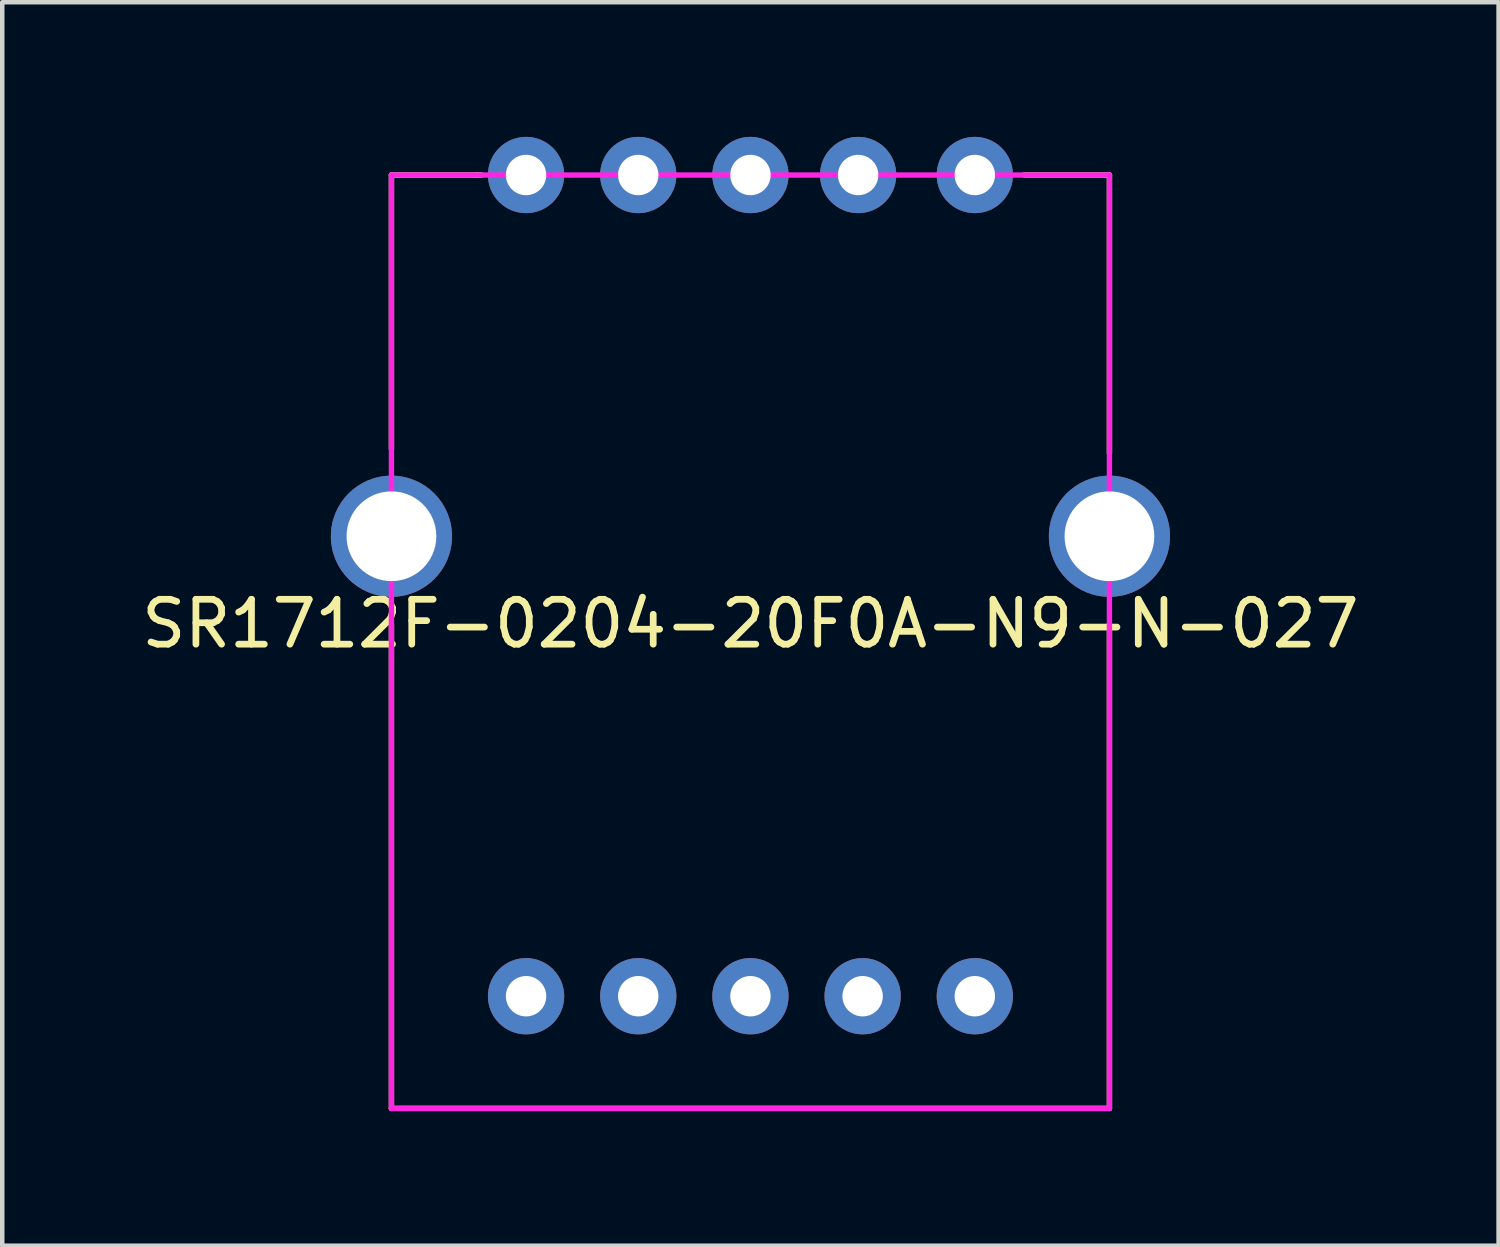
<source format=kicad_pcb>
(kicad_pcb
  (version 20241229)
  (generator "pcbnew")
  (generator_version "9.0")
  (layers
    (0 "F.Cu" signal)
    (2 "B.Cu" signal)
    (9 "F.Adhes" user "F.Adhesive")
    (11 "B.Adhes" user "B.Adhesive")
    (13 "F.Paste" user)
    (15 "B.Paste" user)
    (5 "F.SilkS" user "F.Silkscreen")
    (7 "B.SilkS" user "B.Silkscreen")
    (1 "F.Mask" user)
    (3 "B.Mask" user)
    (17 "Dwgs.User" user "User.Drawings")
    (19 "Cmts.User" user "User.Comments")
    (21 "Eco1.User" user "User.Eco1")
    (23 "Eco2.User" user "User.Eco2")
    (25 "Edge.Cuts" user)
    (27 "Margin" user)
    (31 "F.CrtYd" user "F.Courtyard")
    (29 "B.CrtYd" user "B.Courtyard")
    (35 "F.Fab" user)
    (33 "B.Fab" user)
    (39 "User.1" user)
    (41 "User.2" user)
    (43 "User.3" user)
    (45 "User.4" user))
  (footprint "SR1712F-0204-20F0A-N9-N-027"
    (layer "F.Cu")
    (at 13.673 19.15)
    (property "Reference" "SR1712F-0204-20F0A-N9-N-027" (at 0 -8.3 0) (layer "F.SilkS") (effects (font (size 1 1) (thickness 0.15))))
    (attr through_hole)
    (fp_line (start -8 -18.3) (end -6.1 -18.3) (stroke (width 0.12) (type solid)) (layer "F.SilkS"))
    (fp_line (start -8 -12.2) (end -8 -18.3) (stroke (width 0.12) (type solid)) (layer "F.SilkS"))
    (fp_line (start -8 2.5) (end -8 -8.3) (stroke (width 0.12) (type solid)) (layer "F.SilkS"))
    (fp_line (start -8 2.5) (end 8 2.5) (stroke (width 0.12) (type solid)) (layer "F.SilkS"))
    (fp_line (start -6.1 -18.3) (end -6 -18.3) (stroke (width 0.12) (type solid)) (layer "F.SilkS"))
    (fp_line (start 6.1 -18.3) (end 8 -18.3) (stroke (width 0.12) (type solid)) (layer "F.SilkS"))
    (fp_line (start 8 -12.1) (end 8 -18.3) (stroke (width 0.12) (type solid)) (layer "F.SilkS"))
    (fp_line (start 8 2.5) (end 8 -8.3) (stroke (width 0.12) (type solid)) (layer "F.SilkS"))
    (fp_line (start -8 -18.3) (end 8 -18.3) (stroke (width 0.12) (type solid)) (layer "F.CrtYd"))
    (fp_line (start -8 2.5) (end -8 -18.3) (stroke (width 0.12) (type solid)) (layer "F.CrtYd"))
    (fp_line (start -8 2.5) (end 8 2.5) (stroke (width 0.12) (type solid)) (layer "F.CrtYd"))
    (fp_line (start 8 2.5) (end 8 -18.3) (stroke (width 0.12) (type solid)) (layer "F.CrtYd"))
    (pad "" thru_hole circle (at -8 -10.25) (size 2.7 2.7) (drill 2) (layers "*.Cu" "*.Mask"))
    (pad "" thru_hole circle (at 8 -10.25) (size 2.7 2.7) (drill 2) (layers "*.Cu" "*.Mask"))
    (pad "1" thru_hole circle (at 5 0) (size 1.7 1.7) (drill 0.9) (layers "*.Cu" "*.Mask"))
    (pad "2" thru_hole circle (at 2.5 0) (size 1.7 1.7) (drill 0.9) (layers "*.Cu" "*.Mask"))
    (pad "3" thru_hole circle (at 0 0) (size 1.7 1.7) (drill 0.9) (layers "*.Cu" "*.Mask"))
    (pad "4" thru_hole circle (at -2.5 0) (size 1.7 1.7) (drill 0.9) (layers "*.Cu" "*.Mask"))
    (pad "5" thru_hole circle (at -5 0) (size 1.7 1.7) (drill 0.9) (layers "*.Cu" "*.Mask"))
    (pad "6" thru_hole circle (at -5 -18.3) (size 1.7 1.7) (drill 0.9) (layers "*.Cu" "*.Mask"))
    (pad "7" thru_hole circle (at -2.5 -18.3) (size 1.7 1.7) (drill 0.9) (layers "*.Cu" "*.Mask"))
    (pad "8" thru_hole circle (at 0 -18.3) (size 1.7 1.7) (drill 0.9) (layers "*.Cu" "*.Mask"))
    (pad "9" thru_hole circle (at 2.4 -18.3) (size 1.7 1.7) (drill 0.9) (layers "*.Cu" "*.Mask"))
    (pad "10" thru_hole circle (at 5 -18.3) (size 1.7 1.7) (drill 0.9) (layers "*.Cu" "*.Mask")))
  (gr_rect
    (start -3 -3)
    (end 30.345 24.71)
    (stroke (width 0.1) (type default))
    (fill no)
    (layer "Edge.Cuts")))
</source>
